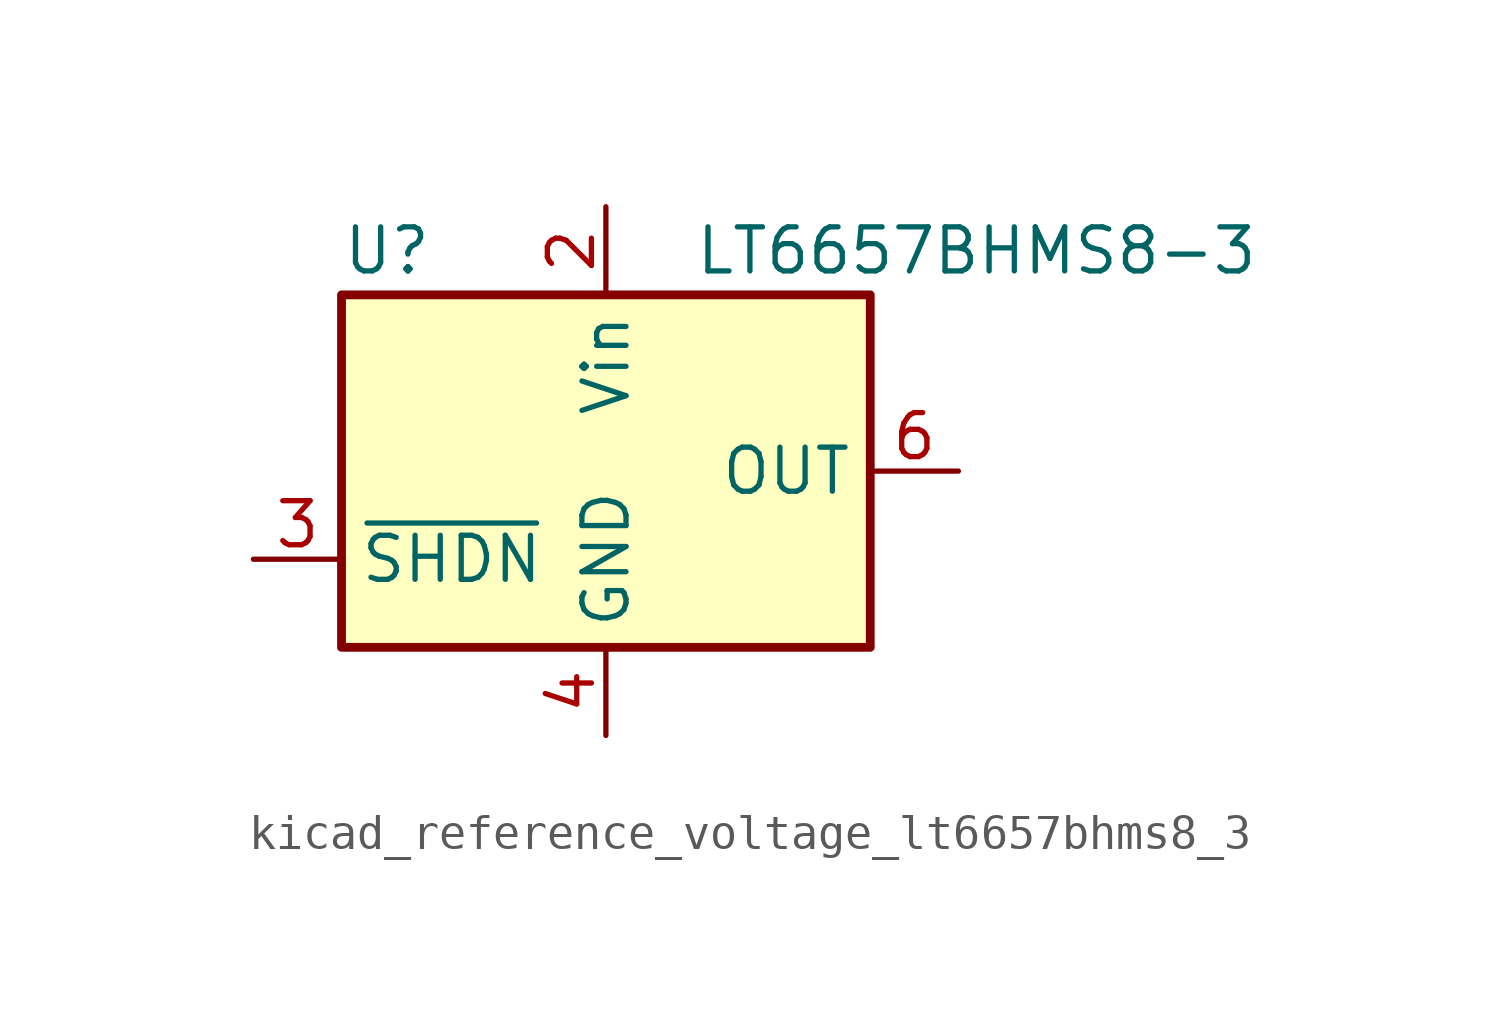
<source format=kicad_sym>
(kicad_symbol_lib
  (version 20220914)
  (generator kicad_symbol_editor)
  (symbol "kicad_reference_voltage_lt6657bhms8_3"
    (property "Reference" "U"
      (at -7.62 6.35 0)
      (effects (font (size 1.27 1.27)) (justify left)))
    (property "Value" "LT6657BHMS8-3"
      (at 2.54 6.35 0)
      (effects (font (size 1.27 1.27)) (justify left)))
    (symbol "kicad_reference_voltage_lt6657bhms8_3_0_1"
      (rectangle (start -7.62 5.08) (end 7.62 -5.08) (stroke (width 0.254) (type default)) (fill (type background))))
    (symbol "kicad_reference_voltage_lt6657bhms8_3_1_1"
      (pin no_connect line (at 7.62 -2.54 180) (length 2.54) hide (name "DNC" (effects (font (size 1.27 1.27)))) (number "1" (effects (font (size 1.27 1.27)))))
      (pin power_in line (at 0 7.62 270) (length 2.54) (name "Vin" (effects (font (size 1.27 1.27)))) (number "2" (effects (font (size 1.27 1.27)))))
      (pin input line (at -10.16 -2.54 0) (length 2.54) (name "~{SHDN}" (effects (font (size 1.27 1.27)))) (number "3" (effects (font (size 1.27 1.27)))))
      (pin power_in line (at 0 -7.62 90) (length 2.54) (name "GND" (effects (font (size 1.27 1.27)))) (number "4" (effects (font (size 1.27 1.27)))))
      (pin no_connect line (at -7.62 0 0) (length 2.54) hide (name "DNC" (effects (font (size 1.27 1.27)))) (number "5" (effects (font (size 1.27 1.27)))))
      (pin power_out line (at 10.16 0 180) (length 2.54) (name "OUT" (effects (font (size 1.27 1.27)))) (number "6" (effects (font (size 1.27 1.27)))))
      (pin no_connect line (at -7.62 2.54 0) (length 2.54) hide (name "DNC" (effects (font (size 1.27 1.27)))) (number "7" (effects (font (size 1.27 1.27)))))
      (pin no_connect line (at 7.62 2.54 180) (length 2.54) hide (name "DNC" (effects (font (size 1.27 1.27)))) (number "8" (effects (font (size 1.27 1.27))))))))
</source>
